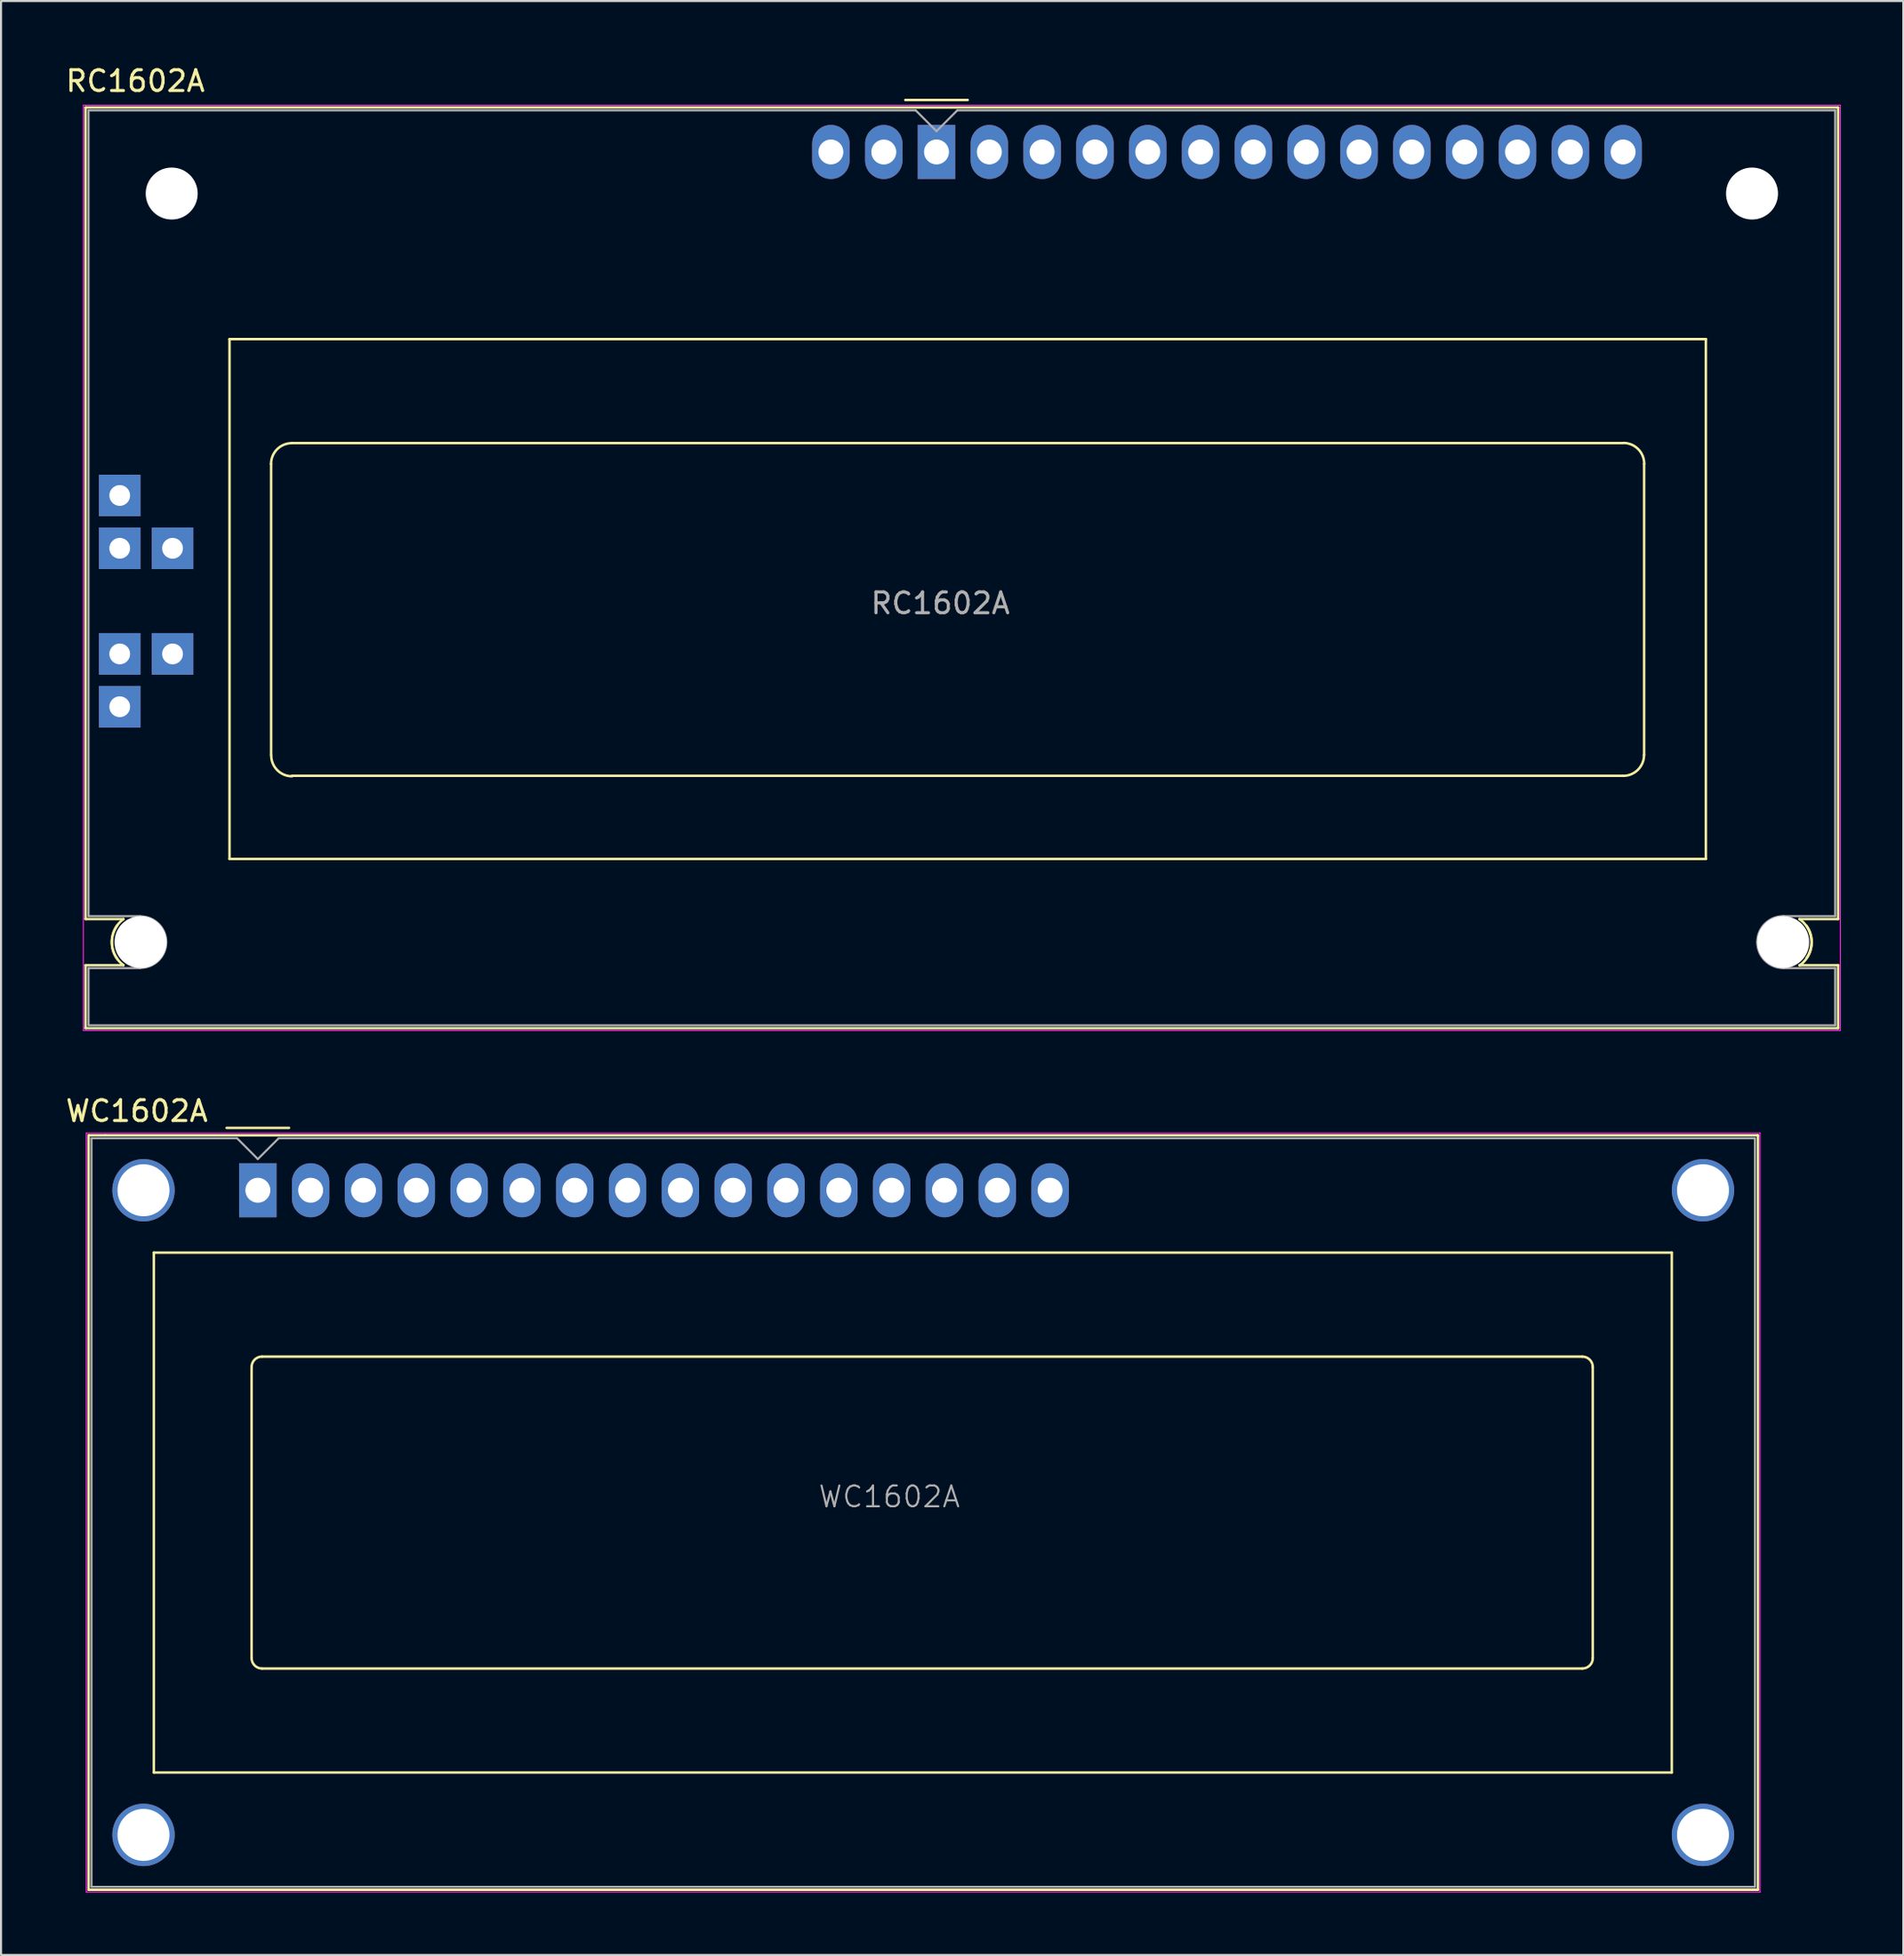
<source format=kicad_pcb>
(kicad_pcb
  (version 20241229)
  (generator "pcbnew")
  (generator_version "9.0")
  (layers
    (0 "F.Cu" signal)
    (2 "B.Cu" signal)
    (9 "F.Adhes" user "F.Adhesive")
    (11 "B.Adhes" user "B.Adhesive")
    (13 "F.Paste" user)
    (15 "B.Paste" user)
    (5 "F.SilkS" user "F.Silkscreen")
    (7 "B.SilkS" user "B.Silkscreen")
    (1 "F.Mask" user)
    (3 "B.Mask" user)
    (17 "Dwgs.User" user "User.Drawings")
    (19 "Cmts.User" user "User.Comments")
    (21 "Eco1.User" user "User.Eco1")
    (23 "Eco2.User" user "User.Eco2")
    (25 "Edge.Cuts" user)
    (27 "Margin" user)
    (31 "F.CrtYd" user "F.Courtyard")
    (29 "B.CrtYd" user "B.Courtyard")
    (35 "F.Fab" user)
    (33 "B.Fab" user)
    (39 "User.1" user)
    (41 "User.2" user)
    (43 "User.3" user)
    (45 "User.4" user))
  (footprint "RC1602A"
    (layer "F.Cu")
    (at 41.988 4.258)
    (property "Reference" "RC1602A" (at -38.53 -3.41 180) (layer "F.SilkS") (effects (font (size 1 1) (thickness 0.15))))
    (attr through_hole)
    (fp_line (start -40.92 -2.14) (end 43.36 -2.14) (stroke (width 0.12) (type solid)) (layer "F.SilkS"))
    (fp_line (start -40.92 36.89) (end -40.92 -2.14) (stroke (width 0.12) (type solid)) (layer "F.SilkS"))
    (fp_line (start -40.92 36.89) (end -39.1 36.89) (stroke (width 0.12) (type solid)) (layer "F.SilkS"))
    (fp_line (start -40.92 39.11) (end -39.1 39.11) (stroke (width 0.12) (type solid)) (layer "F.SilkS"))
    (fp_line (start -40.92 42.14) (end -40.92 39.11) (stroke (width 0.12) (type solid)) (layer "F.SilkS"))
    (fp_line (start -34 9) (end 37 9) (stroke (width 0.12) (type solid)) (layer "F.SilkS"))
    (fp_line (start -34 34) (end -34 9) (stroke (width 0.12) (type solid)) (layer "F.SilkS"))
    (fp_line (start -32 29) (end -32 15) (stroke (width 0.12) (type solid)) (layer "F.SilkS"))
    (fp_line (start -31 14) (end 33 14) (stroke (width 0.12) (type solid)) (layer "F.SilkS"))
    (fp_line (start -1.5 -2.5) (end 1.5 -2.5) (stroke (width 0.12) (type solid)) (layer "F.SilkS"))
    (fp_line (start 33 30) (end -31 30) (stroke (width 0.12) (type solid)) (layer "F.SilkS"))
    (fp_line (start 34.03 15) (end 34.03 29) (stroke (width 0.12) (type solid)) (layer "F.SilkS"))
    (fp_line (start 37 9) (end 37 34) (stroke (width 0.12) (type solid)) (layer "F.SilkS"))
    (fp_line (start 37 34) (end -34 34) (stroke (width 0.12) (type solid)) (layer "F.SilkS"))
    (fp_line (start 41.5 39.11) (end 43.36 39.11) (stroke (width 0.12) (type solid)) (layer "F.SilkS"))
    (fp_line (start 43.36 -2.14) (end 43.36 36.89) (stroke (width 0.12) (type solid)) (layer "F.SilkS"))
    (fp_line (start 43.36 36.89) (end 41.5 36.89) (stroke (width 0.12) (type solid)) (layer "F.SilkS"))
    (fp_line (start 43.36 39.11) (end 43.36 42.14) (stroke (width 0.12) (type solid)) (layer "F.SilkS"))
    (fp_line (start 43.36 42.14) (end -40.92 42.14) (stroke (width 0.12) (type solid)) (layer "F.SilkS"))
    (fp_arc (start -39.39 38.82) (mid -39.644716 37.794939) (end -39.1 36.89) (stroke (width 0.12) (type solid)) (layer "F.SilkS"))
    (fp_arc (start -39.1 39.11) (mid -39.644716 38.205061) (end -39.39 37.18) (stroke (width 0.12) (type solid)) (layer "F.SilkS"))
    (fp_arc (start -32.00286 15.00246) (mid -31.710488 14.296612) (end -31.00464 14.00424) (stroke (width 0.12) (type solid)) (layer "F.SilkS"))
    (fp_arc (start -30.99464 30.0237) (mid -31.702284 29.730584) (end -31.9954 29.02294) (stroke (width 0.12) (type solid)) (layer "F.SilkS"))
    (fp_arc (start 33.03574 13.99424) (mid 33.741588 14.286612) (end 34.03396 14.99246) (stroke (width 0.12) (type solid)) (layer "F.SilkS"))
    (fp_arc (start 34.0265 29.00294) (mid 33.733384 29.710584) (end 33.02574 30.0037) (stroke (width 0.12) (type solid)) (layer "F.SilkS"))
    (fp_arc (start 41.5 36.89) (mid 42.059361 37.759584) (end 41.84 38.77) (stroke (width 0.12) (type solid)) (layer "F.SilkS"))
    (fp_arc (start 41.84 37.21) (mid 42.070574 38.233345) (end 41.51 39.12) (stroke (width 0.12) (type solid)) (layer "F.SilkS"))
    (fp_line (start -41.03 -2.25) (end 43.47 -2.25) (stroke (width 0.05) (type solid)) (layer "F.CrtYd"))
    (fp_line (start -41.03 42.25) (end -41.03 -2.25) (stroke (width 0.05) (type solid)) (layer "F.CrtYd"))
    (fp_line (start -41.03 42.25) (end 43.47 42.25) (stroke (width 0.05) (type solid)) (layer "F.CrtYd"))
    (fp_line (start 43.47 42.25) (end 43.47 -2.25) (stroke (width 0.05) (type solid)) (layer "F.CrtYd"))
    (fp_line (start -40.78 -2) (end -1 -2) (stroke (width 0.1) (type solid)) (layer "F.Fab"))
    (fp_line (start -40.78 36.75) (end -40.78 -2) (stroke (width 0.1) (type solid)) (layer "F.Fab"))
    (fp_line (start -40.78 36.75) (end -38.28 36.75) (stroke (width 0.1) (type solid)) (layer "F.Fab"))
    (fp_line (start -40.78 39.25) (end -38.28 39.25) (stroke (width 0.1) (type solid)) (layer "F.Fab"))
    (fp_line (start -40.78 41.99) (end -40.78 39.25) (stroke (width 0.1) (type solid)) (layer "F.Fab"))
    (fp_line (start -1 -2) (end 0 -1) (stroke (width 0.1) (type solid)) (layer "F.Fab"))
    (fp_line (start 0 -1) (end 1 -2) (stroke (width 0.1) (type solid)) (layer "F.Fab"))
    (fp_line (start 1 -2) (end 43.22 -2) (stroke (width 0.1) (type solid)) (layer "F.Fab"))
    (fp_line (start 40.72 39.25) (end 43.22 39.25) (stroke (width 0.1) (type solid)) (layer "F.Fab"))
    (fp_line (start 43.22 -2) (end 43.22 36.75) (stroke (width 0.1) (type solid)) (layer "F.Fab"))
    (fp_line (start 43.22 36.75) (end 40.72 36.75) (stroke (width 0.1) (type solid)) (layer "F.Fab"))
    (fp_line (start 43.22 39.25) (end 43.22 42) (stroke (width 0.1) (type solid)) (layer "F.Fab"))
    (fp_line (start 43.22 42) (end -40.78 42) (stroke (width 0.1) (type solid)) (layer "F.Fab"))
    (fp_arc (start -38.28 36.76) (mid -37.403188 37.123188) (end -37.04 38) (stroke (width 0.1) (type solid)) (layer "F.Fab"))
    (fp_arc (start -37.04 38) (mid -37.403188 38.876812) (end -38.28 39.24) (stroke (width 0.1) (type solid)) (layer "F.Fab"))
    (fp_arc (start 39.47 37.99) (mid 39.843188 37.109045) (end 40.73 36.75) (stroke (width 0.1) (type solid)) (layer "F.Fab"))
    (fp_arc (start 40.73 39.25) (mid 39.843188 38.890955) (end 39.47 38.01) (stroke (width 0.1) (type solid)) (layer "F.Fab"))
    (fp_text user "${REFERENCE}" (at 0.185 21.705 0) (layer "F.Fab") (effects (font (size 1 1) (thickness 0.15))))
    (pad "" np_thru_hole circle (at -38.28 38 180) (size 2.5 2.5) (drill 2.5) (layers "*.Cu" "*.Mask"))
    (pad "" np_thru_hole circle (at -36.78 2 180) (size 2.5 2.5) (drill 2.5) (layers "*.Cu" "*.Mask"))
    (pad "" np_thru_hole circle (at 39.22 2 180) (size 2.5 2.5) (drill 2.5) (layers "*.Cu" "*.Mask"))
    (pad "" np_thru_hole circle (at 40.72 38 180) (size 2.5 2.5) (drill 2.5) (layers "*.Cu" "*.Mask"))
    (pad "1" thru_hole rect (at 0 0 180) (size 1.8 2.6) (drill 1.2) (layers "*.Cu" "*.Mask"))
    (pad "2" thru_hole oval (at 2.54 0 180) (size 1.8 2.6) (drill 1.2) (layers "*.Cu" "*.Mask"))
    (pad "3" thru_hole oval (at 5.08 0 180) (size 1.8 2.6) (drill 1.2) (layers "*.Cu" "*.Mask"))
    (pad "4" thru_hole oval (at 7.62 0 180) (size 1.8 2.6) (drill 1.2) (layers "*.Cu" "*.Mask"))
    (pad "5" thru_hole oval (at 10.16 0 180) (size 1.8 2.6) (drill 1.2) (layers "*.Cu" "*.Mask"))
    (pad "6" thru_hole oval (at 12.7 0 180) (size 1.8 2.6) (drill 1.2) (layers "*.Cu" "*.Mask"))
    (pad "7" thru_hole oval (at 15.24 0 180) (size 1.8 2.6) (drill 1.2) (layers "*.Cu" "*.Mask"))
    (pad "8" thru_hole oval (at 17.78 0 180) (size 1.8 2.6) (drill 1.2) (layers "*.Cu" "*.Mask"))
    (pad "9" thru_hole oval (at 20.32 0 180) (size 1.8 2.6) (drill 1.2) (layers "*.Cu" "*.Mask"))
    (pad "10" thru_hole oval (at 22.86 0 180) (size 1.8 2.6) (drill 1.2) (layers "*.Cu" "*.Mask"))
    (pad "11" thru_hole oval (at 25.4 0 180) (size 1.8 2.6) (drill 1.2) (layers "*.Cu" "*.Mask"))
    (pad "12" thru_hole oval (at 27.94 0 180) (size 1.8 2.6) (drill 1.2) (layers "*.Cu" "*.Mask"))
    (pad "13" thru_hole oval (at 30.485 0.003 180) (size 1.8 2.6) (drill 1.2) (layers "*.Cu" "*.Mask"))
    (pad "14" thru_hole oval (at 33.02 0 180) (size 1.8 2.6) (drill 1.2) (layers "*.Cu" "*.Mask"))
    (pad "15" thru_hole oval (at -5.08 0 180) (size 1.8 2.6) (drill 1.2) (layers "*.Cu" "*.Mask"))
    (pad "16" thru_hole oval (at -2.535 0.003 180) (size 1.8 2.6) (drill 1.2) (layers "*.Cu" "*.Mask"))
    (pad "A1" thru_hole rect (at -39.28 24.14 180) (size 2 2) (drill 1) (layers "*.Cu" "*.Mask"))
    (pad "A1" thru_hole rect (at -39.28 26.68 180) (size 2 2) (drill 1) (layers "*.Cu" "*.Mask"))
    (pad "A1" thru_hole rect (at -36.74 24.14 180) (size 2 2) (drill 1) (layers "*.Cu" "*.Mask"))
    (pad "K1" thru_hole rect (at -39.28 16.52 180) (size 2 2) (drill 1) (layers "*.Cu" "*.Mask"))
    (pad "K1" thru_hole rect (at -39.28 19.06 180) (size 2 2) (drill 1) (layers "*.Cu" "*.Mask"))
    (pad "K1" thru_hole rect (at -36.74 19.06 180) (size 2 2) (drill 1) (layers "*.Cu" "*.Mask")))
  (footprint "WC1602A"
    (layer "F.Cu")
    (at 9.35 54.191)
    (property "Reference" "WC1602A" (at -5.82 -3.81 0) (layer "F.SilkS") (effects (font (size 1 1) (thickness 0.15))))
    (attr through_hole)
    (fp_line (start -8.14 -2.64) (end -8.14 33.64) (stroke (width 0.12) (type solid)) (layer "F.SilkS"))
    (fp_line (start -8.14 33.64) (end 72.14 33.64) (stroke (width 0.12) (type solid)) (layer "F.SilkS"))
    (fp_line (start -8.13 -2.64) (end -7.34 -2.64) (stroke (width 0.12) (type solid)) (layer "F.SilkS"))
    (fp_line (start -5 3) (end 68 3) (stroke (width 0.12) (type solid)) (layer "F.SilkS"))
    (fp_line (start -5 28) (end -5 3) (stroke (width 0.12) (type solid)) (layer "F.SilkS"))
    (fp_line (start -1.5 -3) (end 1.5 -3) (stroke (width 0.12) (type solid)) (layer "F.SilkS"))
    (fp_line (start -0.3 22.499) (end -0.3 8.5) (stroke (width 0.12) (type solid)) (layer "F.SilkS"))
    (fp_line (start 0.2 8) (end 63.7 8) (stroke (width 0.12) (type solid)) (layer "F.SilkS"))
    (fp_line (start 63.701 23) (end 0.2 23) (stroke (width 0.12) (type solid)) (layer "F.SilkS"))
    (fp_line (start 64.2 8.5) (end 64.2 22.5) (stroke (width 0.12) (type solid)) (layer "F.SilkS"))
    (fp_line (start 68 3) (end 68 28) (stroke (width 0.12) (type solid)) (layer "F.SilkS"))
    (fp_line (start 68 28) (end -5 28) (stroke (width 0.12) (type solid)) (layer "F.SilkS"))
    (fp_line (start 72.14 -2.64) (end -7.34 -2.64) (stroke (width 0.12) (type solid)) (layer "F.SilkS"))
    (fp_line (start 72.14 33.64) (end 72.14 -2.64) (stroke (width 0.12) (type solid)) (layer "F.SilkS"))
    (fp_arc (start -0.29972 8.49884) (mid -0.153162 8.145018) (end 0.20066 7.99846) (stroke (width 0.12) (type solid)) (layer "F.SilkS"))
    (fp_arc (start 0.20066 22.9997) (mid -0.153162 22.853142) (end -0.29972 22.49932) (stroke (width 0.12) (type solid)) (layer "F.SilkS"))
    (fp_arc (start 63.7 8) (mid 64.053553 8.146447) (end 64.2 8.5) (stroke (width 0.12) (type solid)) (layer "F.SilkS"))
    (fp_arc (start 64.20104 22.49932) (mid 64.054482 22.853142) (end 63.70066 22.9997) (stroke (width 0.12) (type solid)) (layer "F.SilkS"))
    (fp_line (start -8.25 -2.75) (end -8.25 33.75) (stroke (width 0.05) (type solid)) (layer "F.CrtYd"))
    (fp_line (start -8.25 -2.75) (end 72.25 -2.75) (stroke (width 0.05) (type solid)) (layer "F.CrtYd"))
    (fp_line (start -8.25 33.75) (end 72.25 33.75) (stroke (width 0.05) (type solid)) (layer "F.CrtYd"))
    (fp_line (start 72.25 -2.75) (end 72.25 33.75) (stroke (width 0.05) (type solid)) (layer "F.CrtYd"))
    (fp_line (start -8 33.5) (end -8 -2.5) (stroke (width 0.1) (type solid)) (layer "F.Fab"))
    (fp_line (start -1 -2.5) (end -8 -2.5) (stroke (width 0.1) (type solid)) (layer "F.Fab"))
    (fp_line (start 0 -1.5) (end -1 -2.5) (stroke (width 0.1) (type solid)) (layer "F.Fab"))
    (fp_line (start 1 -2.5) (end 0 -1.5) (stroke (width 0.1) (type solid)) (layer "F.Fab"))
    (fp_line (start 1 -2.5) (end 72 -2.5) (stroke (width 0.1) (type solid)) (layer "F.Fab"))
    (fp_line (start 72 -2.5) (end 72 33.5) (stroke (width 0.1) (type solid)) (layer "F.Fab"))
    (fp_line (start 72 33.5) (end -8 33.5) (stroke (width 0.1) (type solid)) (layer "F.Fab"))
    (fp_text user "${REFERENCE}" (at 30.37 14.74 0) (layer "F.Fab") (effects (font (size 1 1) (thickness 0.1))))
    (pad "" thru_hole circle (at -5.499 0) (size 3 3) (drill 2.5) (layers "*.Cu" "*.Mask"))
    (pad "" thru_hole circle (at -5.499 31.001) (size 3 3) (drill 2.5) (layers "*.Cu" "*.Mask"))
    (pad "" thru_hole circle (at 69.499 31.001) (size 3 3) (drill 2.5) (layers "*.Cu" "*.Mask"))
    (pad "" thru_hole circle (at 69.5 0) (size 3 3) (drill 2.5) (layers "*.Cu" "*.Mask"))
    (pad "1" thru_hole rect (at 0 0) (size 1.8 2.6) (drill 1.2) (layers "*.Cu" "*.Mask"))
    (pad "2" thru_hole oval (at 2.54 0) (size 1.8 2.6) (drill 1.2) (layers "*.Cu" "*.Mask"))
    (pad "3" thru_hole oval (at 5.08 0) (size 1.8 2.6) (drill 1.2) (layers "*.Cu" "*.Mask"))
    (pad "4" thru_hole oval (at 7.62 0) (size 1.8 2.6) (drill 1.2) (layers "*.Cu" "*.Mask"))
    (pad "5" thru_hole oval (at 10.16 0) (size 1.8 2.6) (drill 1.2) (layers "*.Cu" "*.Mask"))
    (pad "6" thru_hole oval (at 12.7 0) (size 1.8 2.6) (drill 1.2) (layers "*.Cu" "*.Mask"))
    (pad "7" thru_hole oval (at 15.24 0) (size 1.8 2.6) (drill 1.2) (layers "*.Cu" "*.Mask"))
    (pad "8" thru_hole oval (at 17.78 0) (size 1.8 2.6) (drill 1.2) (layers "*.Cu" "*.Mask"))
    (pad "9" thru_hole oval (at 20.32 0) (size 1.8 2.6) (drill 1.2) (layers "*.Cu" "*.Mask"))
    (pad "10" thru_hole oval (at 22.86 0) (size 1.8 2.6) (drill 1.2) (layers "*.Cu" "*.Mask"))
    (pad "11" thru_hole oval (at 25.4 0) (size 1.8 2.6) (drill 1.2) (layers "*.Cu" "*.Mask"))
    (pad "12" thru_hole oval (at 27.94 0) (size 1.8 2.6) (drill 1.2) (layers "*.Cu" "*.Mask"))
    (pad "13" thru_hole oval (at 30.48 0) (size 1.8 2.6) (drill 1.2) (layers "*.Cu" "*.Mask"))
    (pad "14" thru_hole oval (at 33.02 0) (size 1.8 2.6) (drill 1.2) (layers "*.Cu" "*.Mask"))
    (pad "15" thru_hole oval (at 35.56 0) (size 1.8 2.6) (drill 1.2) (layers "*.Cu" "*.Mask"))
    (pad "16" thru_hole oval (at 38.1 0) (size 1.8 2.6) (drill 1.2) (layers "*.Cu" "*.Mask")))
  (gr_rect
    (start -3 -3)
    (end 88.483 90.966)
    (stroke (width 0.1) (type default))
    (fill no)
    (layer "Edge.Cuts")))
</source>
